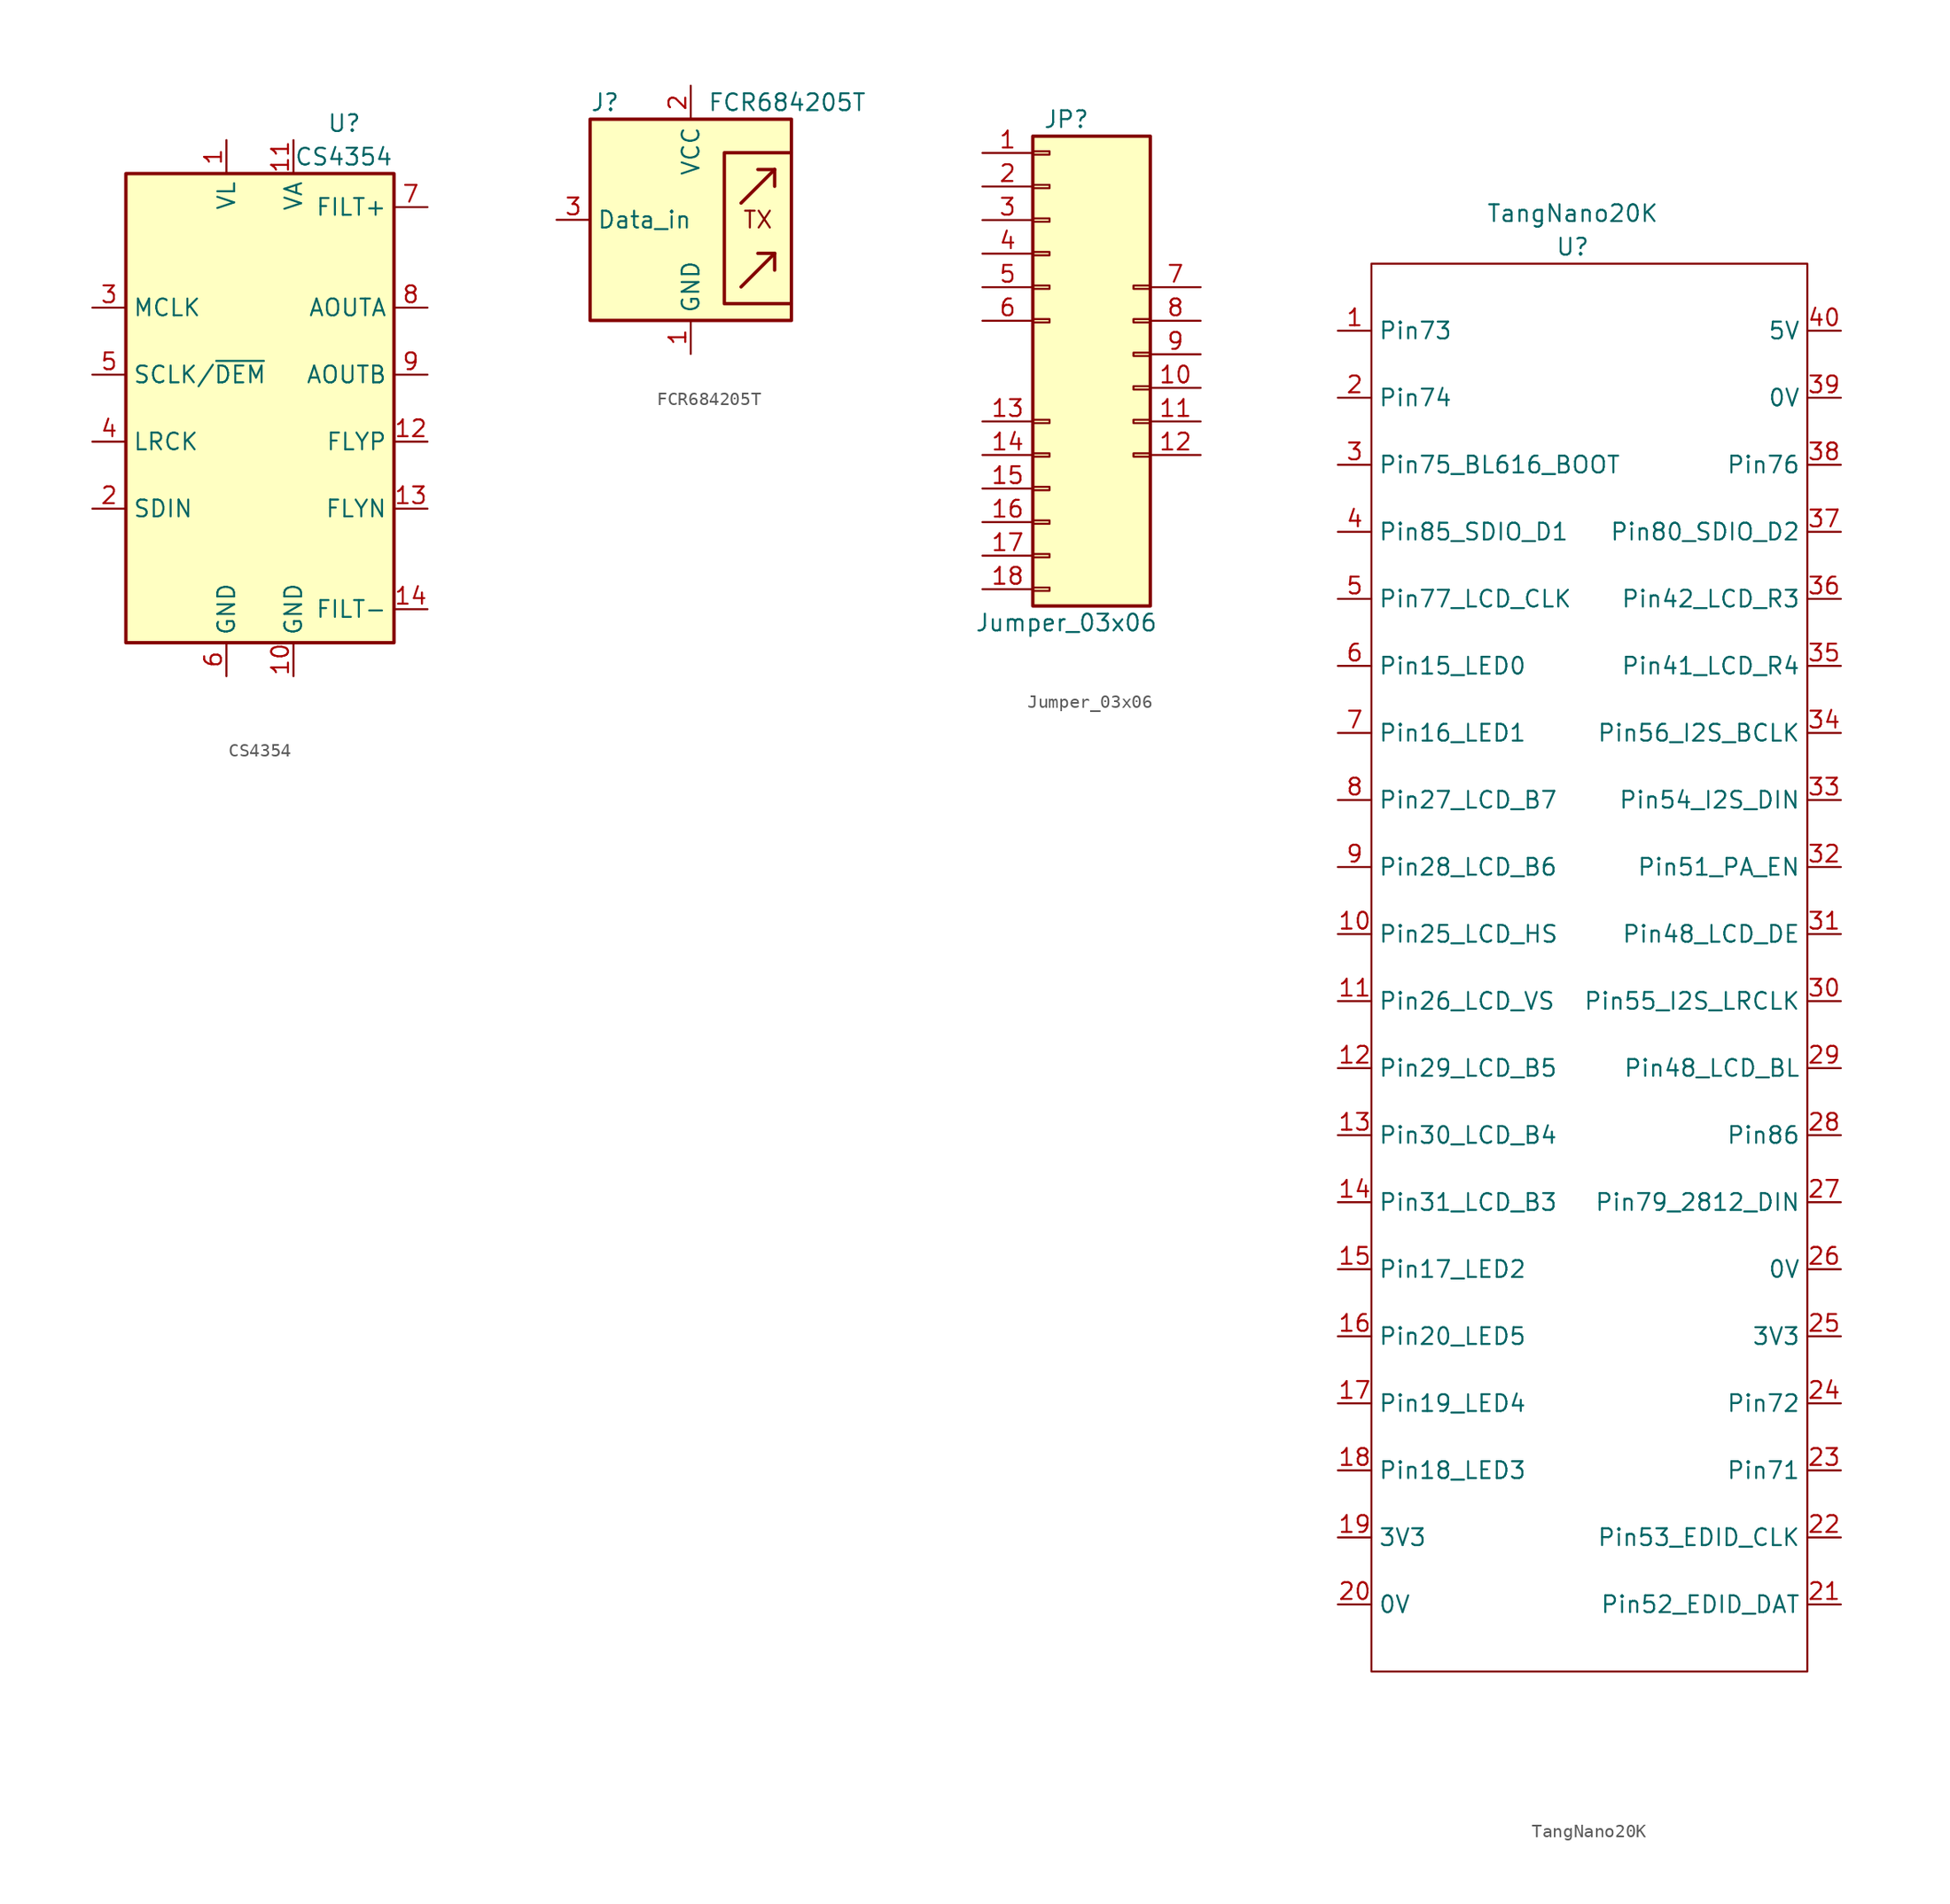
<source format=kicad_sym>
(kicad_symbol_lib
  (version 20211014)
  (generator kicad_symbol_editor)
  (symbol "CS4354"
    (property "Reference" "U"
      (at 5.08 22.86 0)
      (effects (font (size 1.27 1.27)) (justify left)))
    (property "Value" "CS4354"
      (at 6.35 20.32 0)
      (effects (font (size 1.27 1.27))))
    (symbol "CS4354_0_1"
      (rectangle (start -10.16 19.05) (end 10.16 -16.51) (stroke (width 0.254) (type default) (color 0 0 0 0)) (fill (type background))))
    (symbol "CS4354_1_1"
      (pin power_in line (at -2.54 21.59 270) (length 2.54) (name "VL" (effects (font (size 1.27 1.27)))) (number "1" (effects (font (size 1.27 1.27)))))
      (pin power_in line (at 2.54 -19.05 90) (length 2.54) (name "GND" (effects (font (size 1.27 1.27)))) (number "10" (effects (font (size 1.27 1.27)))))
      (pin power_in line (at 2.54 21.59 270) (length 2.54) (name "VA" (effects (font (size 1.27 1.27)))) (number "11" (effects (font (size 1.27 1.27)))))
      (pin passive line (at 12.7 -1.27 180) (length 2.54) (name "FLYP" (effects (font (size 1.27 1.27)))) (number "12" (effects (font (size 1.27 1.27)))))
      (pin passive line (at 12.7 -6.35 180) (length 2.54) (name "FLYN" (effects (font (size 1.27 1.27)))) (number "13" (effects (font (size 1.27 1.27)))))
      (pin passive line (at 12.7 -13.97 180) (length 2.54) (name "FILT-" (effects (font (size 1.27 1.27)))) (number "14" (effects (font (size 1.27 1.27)))))
      (pin input line (at -12.7 -6.35 0) (length 2.54) (name "SDIN" (effects (font (size 1.27 1.27)))) (number "2" (effects (font (size 1.27 1.27)))))
      (pin input line (at -12.7 8.89 0) (length 2.54) (name "MCLK" (effects (font (size 1.27 1.27)))) (number "3" (effects (font (size 1.27 1.27)))))
      (pin input line (at -12.7 -1.27 0) (length 2.54) (name "LRCK" (effects (font (size 1.27 1.27)))) (number "4" (effects (font (size 1.27 1.27)))))
      (pin input line (at -12.7 3.81 0) (length 2.54) (name "SCLK/~{DEM}" (effects (font (size 1.27 1.27)))) (number "5" (effects (font (size 1.27 1.27)))))
      (pin power_in line (at -2.54 -19.05 90) (length 2.54) (name "GND" (effects (font (size 1.27 1.27)))) (number "6" (effects (font (size 1.27 1.27)))))
      (pin passive line (at 12.7 16.51 180) (length 2.54) (name "FILT+" (effects (font (size 1.27 1.27)))) (number "7" (effects (font (size 1.27 1.27)))))
      (pin output line (at 12.7 8.89 180) (length 2.54) (name "AOUTA" (effects (font (size 1.27 1.27)))) (number "8" (effects (font (size 1.27 1.27)))))
      (pin output line (at 12.7 3.81 180) (length 2.54) (name "AOUTB" (effects (font (size 1.27 1.27)))) (number "9" (effects (font (size 1.27 1.27)))))))
  (symbol "FCR684205T"
    (property "Reference" "J"
      (at -7.62 8.89 0)
      (effects (font (size 1.27 1.27)) (justify left)))
    (property "Value" "FCR684205T"
      (at 1.27 8.89 0)
      (effects (font (size 1.27 1.27)) (justify left)))
    (symbol "FCR684205T_0_0"
      (text "TX" (at 5.08 0 0) (effects (font (size 1.27 1.27)))))
    (symbol "FCR684205T_0_1"
      (rectangle (start -7.62 7.62) (end 7.62 -7.62) (stroke (width 0.254) (type default) (color 0 0 0 0)) (fill (type background)))
      (polyline (pts (xy 6.35 -2.54) (xy 3.81 -5.08)) (stroke (width 0.254) (type default) (color 0 0 0 0)) (fill (type none)))
      (polyline (pts (xy 6.35 -2.54) (xy 5.08 -2.54)) (stroke (width 0.254) (type default) (color 0 0 0 0)) (fill (type none)))
      (polyline (pts (xy 6.35 -2.54) (xy 6.35 -3.81)) (stroke (width 0.254) (type default) (color 0 0 0 0)) (fill (type none)))
      (polyline (pts (xy 6.35 3.81) (xy 3.81 1.27)) (stroke (width 0.254) (type default) (color 0 0 0 0)) (fill (type none)))
      (polyline (pts (xy 6.35 3.81) (xy 5.08 3.81)) (stroke (width 0.254) (type default) (color 0 0 0 0)) (fill (type none)))
      (polyline (pts (xy 6.35 3.81) (xy 6.35 2.54)) (stroke (width 0.254) (type default) (color 0 0 0 0)) (fill (type none)))
      (polyline (pts (xy 7.62 5.08) (xy 2.54 5.08) (xy 2.54 -1.27) (xy 2.54 -6.35) (xy 7.62 -6.35)) (stroke (width 0.254) (type default) (color 0 0 0 0)) (fill (type none))))
    (symbol "FCR684205T_1_1"
      (pin power_in line (at 0 -10.16 90) (length 2.54) (name "GND" (effects (font (size 1.27 1.27)))) (number "1" (effects (font (size 1.27 1.27)))))
      (pin power_in line (at 0 10.16 270) (length 2.54) (name "VCC" (effects (font (size 1.27 1.27)))) (number "2" (effects (font (size 1.27 1.27)))))
      (pin input line (at -10.16 0 0) (length 2.54) (name "Data_in" (effects (font (size 1.27 1.27)))) (number "3" (effects (font (size 1.27 1.27)))))))
  (symbol "Jumper_03x06"
    (pin_names
      (offset 1.016) hide)
    (property "Reference" "JP"
      (at 1.27 7.62 0)
      (effects (font (size 1.27 1.27))))
    (property "Value" "Jumper_03x06"
      (at 1.27 -30.48 0)
      (effects (font (size 1.27 1.27))))
    (symbol "Jumper_03x06_1_1"
      (rectangle (start -1.27 -27.813) (end 0 -28.067) (stroke (width 0.152) (type default) (color 0 0 0 0)) (fill (type none)))
      (rectangle (start -1.27 -25.273) (end 0 -25.527) (stroke (width 0.152) (type default) (color 0 0 0 0)) (fill (type none)))
      (rectangle (start -1.27 -22.733) (end 0 -22.987) (stroke (width 0.152) (type default) (color 0 0 0 0)) (fill (type none)))
      (rectangle (start -1.27 -20.193) (end 0 -20.447) (stroke (width 0.152) (type default) (color 0 0 0 0)) (fill (type none)))
      (rectangle (start -1.27 -17.653) (end 0 -17.907) (stroke (width 0.152) (type default) (color 0 0 0 0)) (fill (type none)))
      (rectangle (start -1.27 -15.113) (end 0 -15.367) (stroke (width 0.152) (type default) (color 0 0 0 0)) (fill (type none)))
      (rectangle (start -1.27 -7.493) (end 0 -7.747) (stroke (width 0.152) (type default) (color 0 0 0 0)) (fill (type none)))
      (rectangle (start -1.27 -4.953) (end 0 -5.207) (stroke (width 0.152) (type default) (color 0 0 0 0)) (fill (type none)))
      (rectangle (start -1.27 -2.413) (end 0 -2.667) (stroke (width 0.152) (type default) (color 0 0 0 0)) (fill (type none)))
      (rectangle (start -1.27 0.127) (end 0 -0.127) (stroke (width 0.152) (type default) (color 0 0 0 0)) (fill (type none)))
      (rectangle (start -1.27 2.667) (end 0 2.413) (stroke (width 0.152) (type default) (color 0 0 0 0)) (fill (type none)))
      (rectangle (start -1.27 5.207) (end 0 4.953) (stroke (width 0.152) (type default) (color 0 0 0 0)) (fill (type none)))
      (rectangle (start -1.27 6.35) (end 7.62 -29.21) (stroke (width 0.254) (type default) (color 0 0 0 0)) (fill (type background)))
      (rectangle (start 6.35 -17.653) (end 7.62 -17.907) (stroke (width 0.152) (type default) (color 0 0 0 0)) (fill (type none)))
      (rectangle (start 6.35 -15.113) (end 7.62 -15.367) (stroke (width 0.152) (type default) (color 0 0 0 0)) (fill (type none)))
      (rectangle (start 6.35 -12.573) (end 7.62 -12.827) (stroke (width 0.152) (type default) (color 0 0 0 0)) (fill (type none)))
      (rectangle (start 6.35 -10.033) (end 7.62 -10.287) (stroke (width 0.152) (type default) (color 0 0 0 0)) (fill (type none)))
      (rectangle (start 6.35 -7.493) (end 7.62 -7.747) (stroke (width 0.152) (type default) (color 0 0 0 0)) (fill (type none)))
      (rectangle (start 6.35 -4.953) (end 7.62 -5.207) (stroke (width 0.152) (type default) (color 0 0 0 0)) (fill (type none)))
      (pin passive line (at -5.08 5.08 0) (length 3.81) (name "Pin_1" (effects (font (size 1.27 1.27)))) (number "1" (effects (font (size 1.27 1.27)))))
      (pin passive line (at 11.43 -12.7 180) (length 3.81) (name "Pin_10" (effects (font (size 1.27 1.27)))) (number "10" (effects (font (size 1.27 1.27)))))
      (pin passive line (at 11.43 -15.24 180) (length 3.81) (name "Pin_11" (effects (font (size 1.27 1.27)))) (number "11" (effects (font (size 1.27 1.27)))))
      (pin passive line (at 11.43 -17.78 180) (length 3.81) (name "Pin_12" (effects (font (size 1.27 1.27)))) (number "12" (effects (font (size 1.27 1.27)))))
      (pin passive line (at -5.08 -15.24 0) (length 3.81) (name "Pin_13" (effects (font (size 1.27 1.27)))) (number "13" (effects (font (size 1.27 1.27)))))
      (pin passive line (at -5.08 -17.78 0) (length 3.81) (name "Pin_14" (effects (font (size 1.27 1.27)))) (number "14" (effects (font (size 1.27 1.27)))))
      (pin passive line (at -5.08 -20.32 0) (length 3.81) (name "Pin_15" (effects (font (size 1.27 1.27)))) (number "15" (effects (font (size 1.27 1.27)))))
      (pin passive line (at -5.08 -22.86 0) (length 3.81) (name "Pin_16" (effects (font (size 1.27 1.27)))) (number "16" (effects (font (size 1.27 1.27)))))
      (pin passive line (at -5.08 -25.4 0) (length 3.81) (name "Pin_17" (effects (font (size 1.27 1.27)))) (number "17" (effects (font (size 1.27 1.27)))))
      (pin passive line (at -5.08 -27.94 0) (length 3.81) (name "Pin_18" (effects (font (size 1.27 1.27)))) (number "18" (effects (font (size 1.27 1.27)))))
      (pin passive line (at -5.08 2.54 0) (length 3.81) (name "Pin_2" (effects (font (size 1.27 1.27)))) (number "2" (effects (font (size 1.27 1.27)))))
      (pin passive line (at -5.08 0 0) (length 3.81) (name "Pin_3" (effects (font (size 1.27 1.27)))) (number "3" (effects (font (size 1.27 1.27)))))
      (pin passive line (at -5.08 -2.54 0) (length 3.81) (name "Pin_4" (effects (font (size 1.27 1.27)))) (number "4" (effects (font (size 1.27 1.27)))))
      (pin passive line (at -5.08 -5.08 0) (length 3.81) (name "Pin_5" (effects (font (size 1.27 1.27)))) (number "5" (effects (font (size 1.27 1.27)))))
      (pin passive line (at -5.08 -7.62 0) (length 3.81) (name "Pin_6" (effects (font (size 1.27 1.27)))) (number "6" (effects (font (size 1.27 1.27)))))
      (pin passive line (at 11.43 -5.08 180) (length 3.81) (name "Pin_7" (effects (font (size 1.27 1.27)))) (number "7" (effects (font (size 1.27 1.27)))))
      (pin passive line (at 11.43 -7.62 180) (length 3.81) (name "Pin_8" (effects (font (size 1.27 1.27)))) (number "8" (effects (font (size 1.27 1.27)))))
      (pin passive line (at 11.43 -10.16 180) (length 3.81) (name "Pin_9" (effects (font (size 1.27 1.27)))) (number "9" (effects (font (size 1.27 1.27)))))))
  (symbol "TangNano20K"
    (property "Reference" "U"
      (at 0 1.27 0)
      (effects (font (size 1.27 1.27))))
    (property "Value" "TangNano20K"
      (at 0 3.81 0)
      (effects (font (size 1.27 1.27))))
    (symbol "TangNano20K_0_1"
      (rectangle (start -15.24 0) (end 17.78 -106.68) (stroke (width 0) (type default) (color 0 0 0 0)) (fill (type none))))
    (symbol "TangNano20K_1_1"
      (pin passive line (at -17.78 -5.08 0) (length 2.54) (name "Pin73" (effects (font (size 1.27 1.27)))) (number "1" (effects (font (size 1.27 1.27)))))
      (pin passive line (at -17.78 -50.8 0) (length 2.54) (name "Pin25_LCD_HS" (effects (font (size 1.27 1.27)))) (number "10" (effects (font (size 1.27 1.27)))))
      (pin passive line (at -17.78 -55.88 0) (length 2.54) (name "Pin26_LCD_VS" (effects (font (size 1.27 1.27)))) (number "11" (effects (font (size 1.27 1.27)))))
      (pin passive line (at -17.78 -60.96 0) (length 2.54) (name "Pin29_LCD_B5" (effects (font (size 1.27 1.27)))) (number "12" (effects (font (size 1.27 1.27)))))
      (pin passive line (at -17.78 -66.04 0) (length 2.54) (name "Pin30_LCD_B4" (effects (font (size 1.27 1.27)))) (number "13" (effects (font (size 1.27 1.27)))))
      (pin passive line (at -17.78 -71.12 0) (length 2.54) (name "Pin31_LCD_B3" (effects (font (size 1.27 1.27)))) (number "14" (effects (font (size 1.27 1.27)))))
      (pin passive line (at -17.78 -76.2 0) (length 2.54) (name "Pin17_LED2" (effects (font (size 1.27 1.27)))) (number "15" (effects (font (size 1.27 1.27)))))
      (pin passive line (at -17.78 -81.28 0) (length 2.54) (name "Pin20_LED5" (effects (font (size 1.27 1.27)))) (number "16" (effects (font (size 1.27 1.27)))))
      (pin passive line (at -17.78 -86.36 0) (length 2.54) (name "Pin19_LED4" (effects (font (size 1.27 1.27)))) (number "17" (effects (font (size 1.27 1.27)))))
      (pin passive line (at -17.78 -91.44 0) (length 2.54) (name "Pin18_LED3" (effects (font (size 1.27 1.27)))) (number "18" (effects (font (size 1.27 1.27)))))
      (pin passive line (at -17.78 -96.52 0) (length 2.54) (name "3V3" (effects (font (size 1.27 1.27)))) (number "19" (effects (font (size 1.27 1.27)))))
      (pin passive line (at -17.78 -10.16 0) (length 2.54) (name "Pin74" (effects (font (size 1.27 1.27)))) (number "2" (effects (font (size 1.27 1.27)))))
      (pin passive line (at -17.78 -101.6 0) (length 2.54) (name "0V" (effects (font (size 1.27 1.27)))) (number "20" (effects (font (size 1.27 1.27)))))
      (pin passive line (at 20.32 -101.6 180) (length 2.54) (name "Pin52_EDID_DAT" (effects (font (size 1.27 1.27)))) (number "21" (effects (font (size 1.27 1.27)))))
      (pin passive line (at 20.32 -96.52 180) (length 2.54) (name "Pin53_EDID_CLK" (effects (font (size 1.27 1.27)))) (number "22" (effects (font (size 1.27 1.27)))))
      (pin passive line (at 20.32 -91.44 180) (length 2.54) (name "Pin71" (effects (font (size 1.27 1.27)))) (number "23" (effects (font (size 1.27 1.27)))))
      (pin passive line (at 20.32 -86.36 180) (length 2.54) (name "Pin72" (effects (font (size 1.27 1.27)))) (number "24" (effects (font (size 1.27 1.27)))))
      (pin power_out line (at 20.32 -81.28 180) (length 2.54) (name "3V3" (effects (font (size 1.27 1.27)))) (number "25" (effects (font (size 1.27 1.27)))))
      (pin passive line (at 20.32 -76.2 180) (length 2.54) (name "0V" (effects (font (size 1.27 1.27)))) (number "26" (effects (font (size 1.27 1.27)))))
      (pin passive line (at 20.32 -71.12 180) (length 2.54) (name "Pin79_2812_DIN" (effects (font (size 1.27 1.27)))) (number "27" (effects (font (size 1.27 1.27)))))
      (pin passive line (at 20.32 -66.04 180) (length 2.54) (name "Pin86" (effects (font (size 1.27 1.27)))) (number "28" (effects (font (size 1.27 1.27)))))
      (pin passive line (at 20.32 -60.96 180) (length 2.54) (name "Pin48_LCD_BL" (effects (font (size 1.27 1.27)))) (number "29" (effects (font (size 1.27 1.27)))))
      (pin passive line (at -17.78 -15.24 0) (length 2.54) (name "Pin75_BL616_BOOT" (effects (font (size 1.27 1.27)))) (number "3" (effects (font (size 1.27 1.27)))))
      (pin passive line (at 20.32 -55.88 180) (length 2.54) (name "Pin55_I2S_LRCLK" (effects (font (size 1.27 1.27)))) (number "30" (effects (font (size 1.27 1.27)))))
      (pin passive line (at 20.32 -50.8 180) (length 2.54) (name "Pin48_LCD_DE" (effects (font (size 1.27 1.27)))) (number "31" (effects (font (size 1.27 1.27)))))
      (pin passive line (at 20.32 -45.72 180) (length 2.54) (name "Pin51_PA_EN" (effects (font (size 1.27 1.27)))) (number "32" (effects (font (size 1.27 1.27)))))
      (pin passive line (at 20.32 -40.64 180) (length 2.54) (name "Pin54_I2S_DIN" (effects (font (size 1.27 1.27)))) (number "33" (effects (font (size 1.27 1.27)))))
      (pin passive line (at 20.32 -35.56 180) (length 2.54) (name "Pin56_I2S_BCLK" (effects (font (size 1.27 1.27)))) (number "34" (effects (font (size 1.27 1.27)))))
      (pin passive line (at 20.32 -30.48 180) (length 2.54) (name "Pin41_LCD_R4" (effects (font (size 1.27 1.27)))) (number "35" (effects (font (size 1.27 1.27)))))
      (pin passive line (at 20.32 -25.4 180) (length 2.54) (name "Pin42_LCD_R3" (effects (font (size 1.27 1.27)))) (number "36" (effects (font (size 1.27 1.27)))))
      (pin passive line (at 20.32 -20.32 180) (length 2.54) (name "Pin80_SDIO_D2" (effects (font (size 1.27 1.27)))) (number "37" (effects (font (size 1.27 1.27)))))
      (pin passive line (at 20.32 -15.24 180) (length 2.54) (name "Pin76" (effects (font (size 1.27 1.27)))) (number "38" (effects (font (size 1.27 1.27)))))
      (pin power_out line (at 20.32 -10.16 180) (length 2.54) (name "0V" (effects (font (size 1.27 1.27)))) (number "39" (effects (font (size 1.27 1.27)))))
      (pin passive line (at -17.78 -20.32 0) (length 2.54) (name "Pin85_SDIO_D1" (effects (font (size 1.27 1.27)))) (number "4" (effects (font (size 1.27 1.27)))))
      (pin power_out line (at 20.32 -5.08 180) (length 2.54) (name "5V" (effects (font (size 1.27 1.27)))) (number "40" (effects (font (size 1.27 1.27)))))
      (pin passive line (at -17.78 -25.4 0) (length 2.54) (name "Pin77_LCD_CLK" (effects (font (size 1.27 1.27)))) (number "5" (effects (font (size 1.27 1.27)))))
      (pin passive line (at -17.78 -30.48 0) (length 2.54) (name "Pin15_LED0" (effects (font (size 1.27 1.27)))) (number "6" (effects (font (size 1.27 1.27)))))
      (pin passive line (at -17.78 -35.56 0) (length 2.54) (name "Pin16_LED1" (effects (font (size 1.27 1.27)))) (number "7" (effects (font (size 1.27 1.27)))))
      (pin passive line (at -17.78 -40.64 0) (length 2.54) (name "Pin27_LCD_B7" (effects (font (size 1.27 1.27)))) (number "8" (effects (font (size 1.27 1.27)))))
      (pin passive line (at -17.78 -45.72 0) (length 2.54) (name "Pin28_LCD_B6" (effects (font (size 1.27 1.27)))) (number "9" (effects (font (size 1.27 1.27))))))))
</source>
